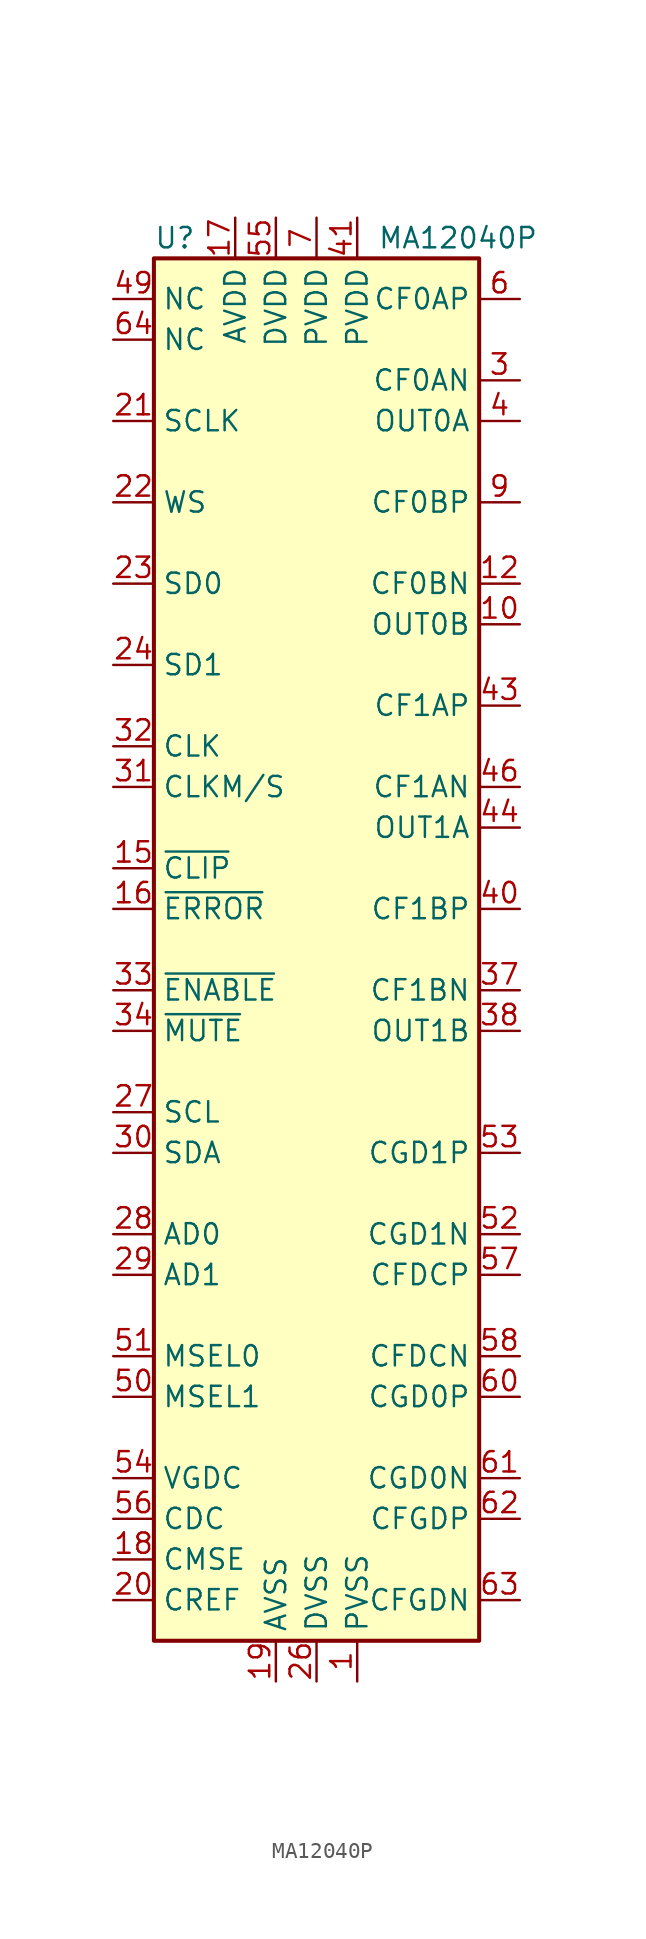
<source format=kicad_sym>
(kicad_symbol_lib
  (version 20211014)
  (generator kicad_symbol_editor)
  (symbol "MA12040P"
    (property "Reference" "U"
      (at -10.16 44.45 0)
      (effects (font (size 1.27 1.27)) (justify left)))
    (property "Value" "MA12040P"
      (at 3.81 44.45 0)
      (effects (font (size 1.27 1.27)) (justify left)))
    (symbol "MA12040P_0_1"
      (rectangle (start -10.16 -43.18) (end 10.16 43.18) (stroke (width 0.254) (type default) (color 0 0 0 0)) (fill (type background))))
    (symbol "MA12040P_1_1"
      (pin power_in line (at 2.54 -45.72 90) (length 2.54) (name "PVSS" (effects (font (size 1.27 1.27)))) (number "1" (effects (font (size 1.27 1.27)))))
      (pin output line (at 12.7 20.32 180) (length 2.54) (name "OUT0B" (effects (font (size 1.27 1.27)))) (number "10" (effects (font (size 1.27 1.27)))))
      (pin passive line (at 12.7 20.32 180) (length 2.54) hide (name "OUT0B" (effects (font (size 1.27 1.27)))) (number "11" (effects (font (size 1.27 1.27)))))
      (pin passive line (at 12.7 22.86 180) (length 2.54) (name "CF0BN" (effects (font (size 1.27 1.27)))) (number "12" (effects (font (size 1.27 1.27)))))
      (pin passive line (at 2.54 -45.72 90) (length 2.54) hide (name "PVSS" (effects (font (size 1.27 1.27)))) (number "13" (effects (font (size 1.27 1.27)))))
      (pin passive line (at 2.54 -45.72 90) (length 2.54) hide (name "PVSS" (effects (font (size 1.27 1.27)))) (number "14" (effects (font (size 1.27 1.27)))))
      (pin output line (at -12.7 5.08 0) (length 2.54) (name "~{CLIP}" (effects (font (size 1.27 1.27)))) (number "15" (effects (font (size 1.27 1.27)))))
      (pin output line (at -12.7 2.54 0) (length 2.54) (name "~{ERROR}" (effects (font (size 1.27 1.27)))) (number "16" (effects (font (size 1.27 1.27)))))
      (pin power_in line (at -5.08 45.72 270) (length 2.54) (name "AVDD" (effects (font (size 1.27 1.27)))) (number "17" (effects (font (size 1.27 1.27)))))
      (pin passive line (at -12.7 -38.1 0) (length 2.54) (name "CMSE" (effects (font (size 1.27 1.27)))) (number "18" (effects (font (size 1.27 1.27)))))
      (pin power_in line (at -2.54 -45.72 90) (length 2.54) (name "AVSS" (effects (font (size 1.27 1.27)))) (number "19" (effects (font (size 1.27 1.27)))))
      (pin passive line (at 2.54 -45.72 90) (length 2.54) hide (name "PVSS" (effects (font (size 1.27 1.27)))) (number "2" (effects (font (size 1.27 1.27)))))
      (pin passive line (at -12.7 -40.64 0) (length 2.54) (name "CREF" (effects (font (size 1.27 1.27)))) (number "20" (effects (font (size 1.27 1.27)))))
      (pin input line (at -12.7 33.02 0) (length 2.54) (name "SCLK" (effects (font (size 1.27 1.27)))) (number "21" (effects (font (size 1.27 1.27)))))
      (pin input line (at -12.7 27.94 0) (length 2.54) (name "WS" (effects (font (size 1.27 1.27)))) (number "22" (effects (font (size 1.27 1.27)))))
      (pin input line (at -12.7 22.86 0) (length 2.54) (name "SD0" (effects (font (size 1.27 1.27)))) (number "23" (effects (font (size 1.27 1.27)))))
      (pin input line (at -12.7 17.78 0) (length 2.54) (name "SD1" (effects (font (size 1.27 1.27)))) (number "24" (effects (font (size 1.27 1.27)))))
      (pin passive line (at -2.54 -45.72 90) (length 2.54) hide (name "AVSS" (effects (font (size 1.27 1.27)))) (number "25" (effects (font (size 1.27 1.27)))))
      (pin power_in line (at 0 -45.72 90) (length 2.54) (name "DVSS" (effects (font (size 1.27 1.27)))) (number "26" (effects (font (size 1.27 1.27)))))
      (pin input line (at -12.7 -10.16 0) (length 2.54) (name "SCL" (effects (font (size 1.27 1.27)))) (number "27" (effects (font (size 1.27 1.27)))))
      (pin input line (at -12.7 -17.78 0) (length 2.54) (name "AD0" (effects (font (size 1.27 1.27)))) (number "28" (effects (font (size 1.27 1.27)))))
      (pin input line (at -12.7 -20.32 0) (length 2.54) (name "AD1" (effects (font (size 1.27 1.27)))) (number "29" (effects (font (size 1.27 1.27)))))
      (pin passive line (at 12.7 35.56 180) (length 2.54) (name "CF0AN" (effects (font (size 1.27 1.27)))) (number "3" (effects (font (size 1.27 1.27)))))
      (pin bidirectional line (at -12.7 -12.7 0) (length 2.54) (name "SDA" (effects (font (size 1.27 1.27)))) (number "30" (effects (font (size 1.27 1.27)))))
      (pin input line (at -12.7 10.16 0) (length 2.54) (name "CLKM/S" (effects (font (size 1.27 1.27)))) (number "31" (effects (font (size 1.27 1.27)))))
      (pin input line (at -12.7 12.7 0) (length 2.54) (name "CLK" (effects (font (size 1.27 1.27)))) (number "32" (effects (font (size 1.27 1.27)))))
      (pin input line (at -12.7 -2.54 0) (length 2.54) (name "~{ENABLE}" (effects (font (size 1.27 1.27)))) (number "33" (effects (font (size 1.27 1.27)))))
      (pin input line (at -12.7 -5.08 0) (length 2.54) (name "~{MUTE}" (effects (font (size 1.27 1.27)))) (number "34" (effects (font (size 1.27 1.27)))))
      (pin passive line (at 2.54 -45.72 90) (length 2.54) hide (name "PVSS" (effects (font (size 1.27 1.27)))) (number "35" (effects (font (size 1.27 1.27)))))
      (pin passive line (at 2.54 -45.72 90) (length 2.54) hide (name "PVSS" (effects (font (size 1.27 1.27)))) (number "36" (effects (font (size 1.27 1.27)))))
      (pin passive line (at 12.7 -2.54 180) (length 2.54) (name "CF1BN" (effects (font (size 1.27 1.27)))) (number "37" (effects (font (size 1.27 1.27)))))
      (pin output line (at 12.7 -5.08 180) (length 2.54) (name "OUT1B" (effects (font (size 1.27 1.27)))) (number "38" (effects (font (size 1.27 1.27)))))
      (pin passive line (at 12.7 -5.08 180) (length 2.54) hide (name "OUT1B" (effects (font (size 1.27 1.27)))) (number "39" (effects (font (size 1.27 1.27)))))
      (pin output line (at 12.7 33.02 180) (length 2.54) (name "OUT0A" (effects (font (size 1.27 1.27)))) (number "4" (effects (font (size 1.27 1.27)))))
      (pin passive line (at 12.7 2.54 180) (length 2.54) (name "CF1BP" (effects (font (size 1.27 1.27)))) (number "40" (effects (font (size 1.27 1.27)))))
      (pin power_in line (at 2.54 45.72 270) (length 2.54) (name "PVDD" (effects (font (size 1.27 1.27)))) (number "41" (effects (font (size 1.27 1.27)))))
      (pin passive line (at 2.54 45.72 270) (length 2.54) hide (name "PVDD" (effects (font (size 1.27 1.27)))) (number "42" (effects (font (size 1.27 1.27)))))
      (pin passive line (at 12.7 15.24 180) (length 2.54) (name "CF1AP" (effects (font (size 1.27 1.27)))) (number "43" (effects (font (size 1.27 1.27)))))
      (pin output line (at 12.7 7.62 180) (length 2.54) (name "OUT1A" (effects (font (size 1.27 1.27)))) (number "44" (effects (font (size 1.27 1.27)))))
      (pin passive line (at 12.7 7.62 180) (length 2.54) hide (name "OUT1A" (effects (font (size 1.27 1.27)))) (number "45" (effects (font (size 1.27 1.27)))))
      (pin passive line (at 12.7 10.16 180) (length 2.54) (name "CF1AN" (effects (font (size 1.27 1.27)))) (number "46" (effects (font (size 1.27 1.27)))))
      (pin passive line (at 2.54 -45.72 90) (length 2.54) hide (name "PVSS" (effects (font (size 1.27 1.27)))) (number "47" (effects (font (size 1.27 1.27)))))
      (pin passive line (at 2.54 -45.72 90) (length 2.54) hide (name "PVSS" (effects (font (size 1.27 1.27)))) (number "48" (effects (font (size 1.27 1.27)))))
      (pin passive line (at -12.7 40.64 0) (length 2.54) (name "NC" (effects (font (size 1.27 1.27)))) (number "49" (effects (font (size 1.27 1.27)))))
      (pin passive line (at 12.7 33.02 180) (length 2.54) hide (name "OUT0A" (effects (font (size 1.27 1.27)))) (number "5" (effects (font (size 1.27 1.27)))))
      (pin input line (at -12.7 -27.94 0) (length 2.54) (name "MSEL1" (effects (font (size 1.27 1.27)))) (number "50" (effects (font (size 1.27 1.27)))))
      (pin input line (at -12.7 -25.4 0) (length 2.54) (name "MSEL0" (effects (font (size 1.27 1.27)))) (number "51" (effects (font (size 1.27 1.27)))))
      (pin passive line (at 12.7 -17.78 180) (length 2.54) (name "CGD1N" (effects (font (size 1.27 1.27)))) (number "52" (effects (font (size 1.27 1.27)))))
      (pin passive line (at 12.7 -12.7 180) (length 2.54) (name "CGD1P" (effects (font (size 1.27 1.27)))) (number "53" (effects (font (size 1.27 1.27)))))
      (pin passive line (at -12.7 -33.02 0) (length 2.54) (name "VGDC" (effects (font (size 1.27 1.27)))) (number "54" (effects (font (size 1.27 1.27)))))
      (pin power_in line (at -2.54 45.72 270) (length 2.54) (name "DVDD" (effects (font (size 1.27 1.27)))) (number "55" (effects (font (size 1.27 1.27)))))
      (pin passive line (at -12.7 -35.56 0) (length 2.54) (name "CDC" (effects (font (size 1.27 1.27)))) (number "56" (effects (font (size 1.27 1.27)))))
      (pin passive line (at 12.7 -20.32 180) (length 2.54) (name "CFDCP" (effects (font (size 1.27 1.27)))) (number "57" (effects (font (size 1.27 1.27)))))
      (pin passive line (at 12.7 -25.4 180) (length 2.54) (name "CFDCN" (effects (font (size 1.27 1.27)))) (number "58" (effects (font (size 1.27 1.27)))))
      (pin passive line (at 0 -45.72 90) (length 2.54) hide (name "DVSS" (effects (font (size 1.27 1.27)))) (number "59" (effects (font (size 1.27 1.27)))))
      (pin passive line (at 12.7 40.64 180) (length 2.54) (name "CF0AP" (effects (font (size 1.27 1.27)))) (number "6" (effects (font (size 1.27 1.27)))))
      (pin passive line (at 12.7 -27.94 180) (length 2.54) (name "CGD0P" (effects (font (size 1.27 1.27)))) (number "60" (effects (font (size 1.27 1.27)))))
      (pin passive line (at 12.7 -33.02 180) (length 2.54) (name "CGD0N" (effects (font (size 1.27 1.27)))) (number "61" (effects (font (size 1.27 1.27)))))
      (pin passive line (at 12.7 -35.56 180) (length 2.54) (name "CFGDP" (effects (font (size 1.27 1.27)))) (number "62" (effects (font (size 1.27 1.27)))))
      (pin passive line (at 12.7 -40.64 180) (length 2.54) (name "CFGDN" (effects (font (size 1.27 1.27)))) (number "63" (effects (font (size 1.27 1.27)))))
      (pin passive line (at -12.7 38.1 0) (length 2.54) (name "NC" (effects (font (size 1.27 1.27)))) (number "64" (effects (font (size 1.27 1.27)))))
      (pin power_in line (at 0 45.72 270) (length 2.54) (name "PVDD" (effects (font (size 1.27 1.27)))) (number "7" (effects (font (size 1.27 1.27)))))
      (pin passive line (at 0 45.72 270) (length 2.54) hide (name "PVDD" (effects (font (size 1.27 1.27)))) (number "8" (effects (font (size 1.27 1.27)))))
      (pin passive line (at 12.7 27.94 180) (length 2.54) (name "CF0BP" (effects (font (size 1.27 1.27)))) (number "9" (effects (font (size 1.27 1.27))))))))
</source>
